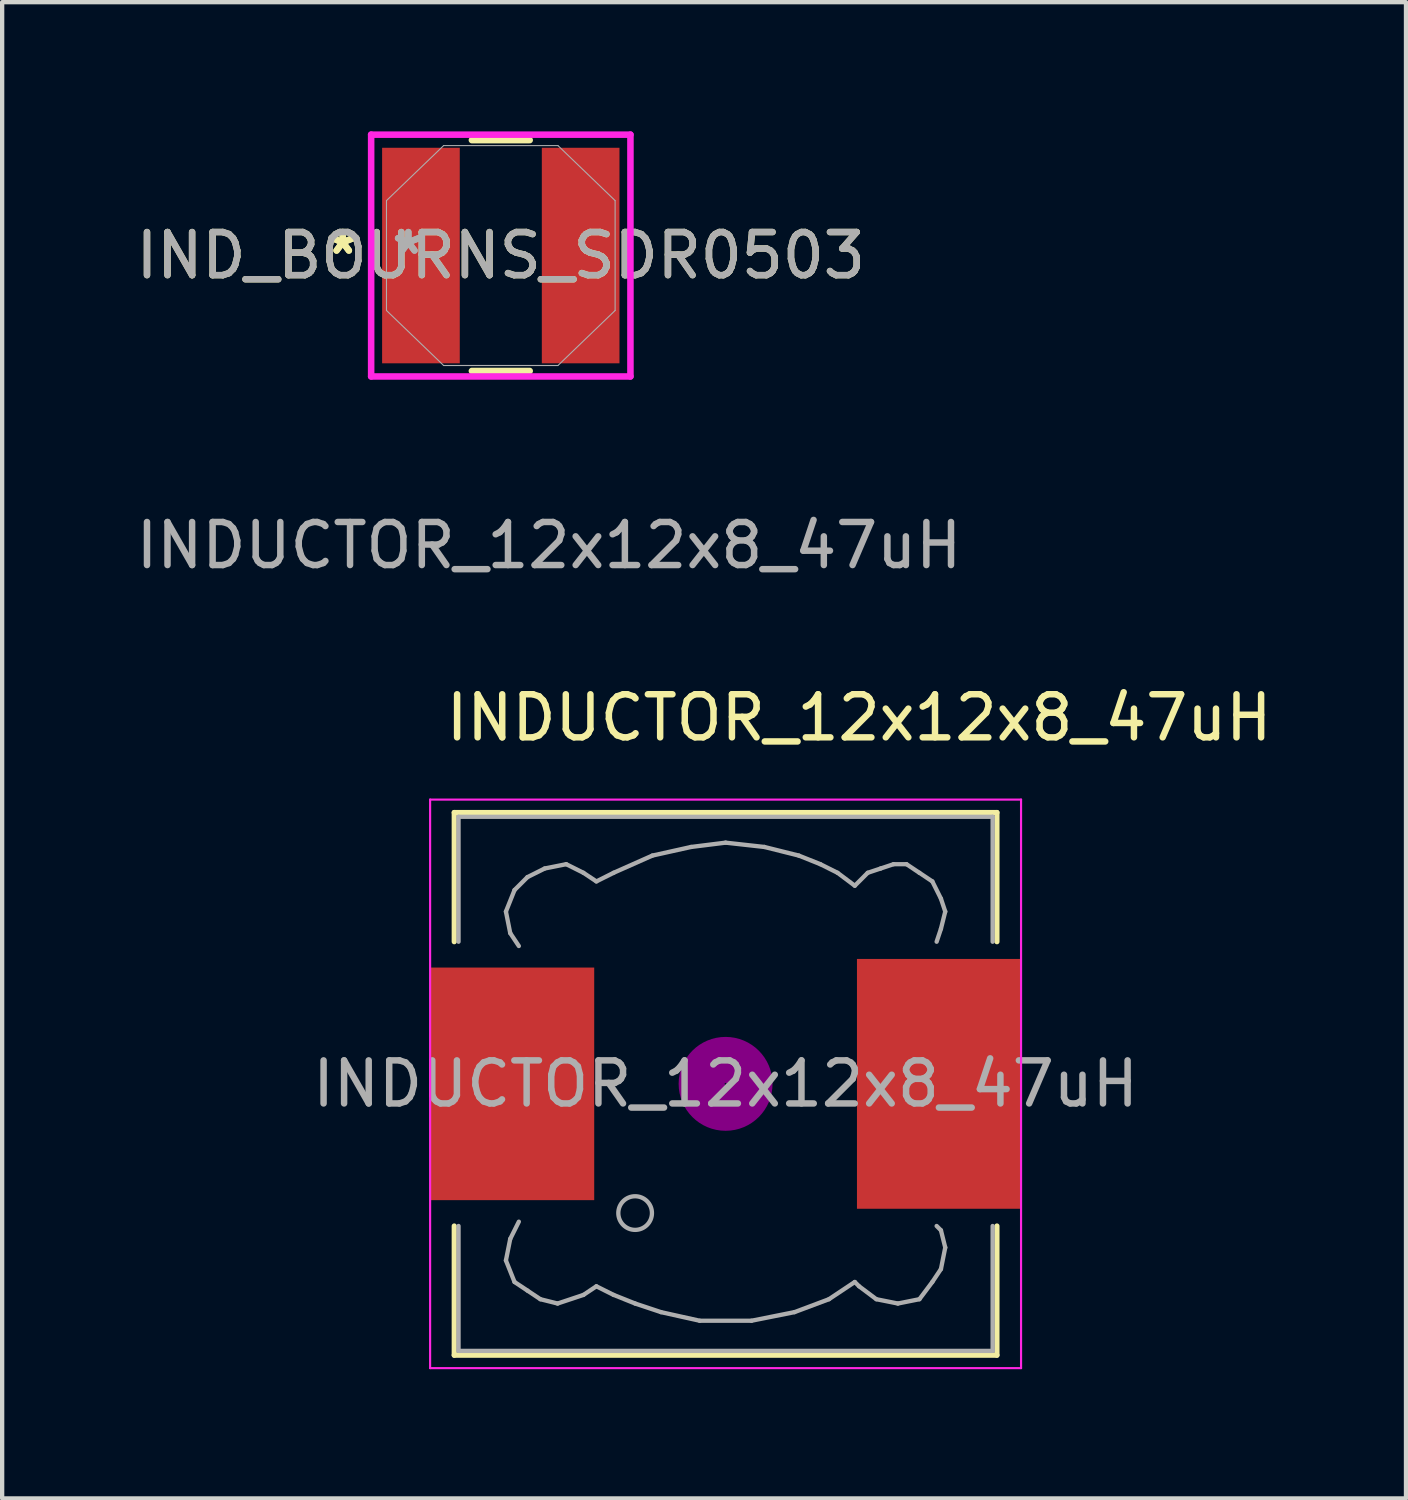
<source format=kicad_pcb>
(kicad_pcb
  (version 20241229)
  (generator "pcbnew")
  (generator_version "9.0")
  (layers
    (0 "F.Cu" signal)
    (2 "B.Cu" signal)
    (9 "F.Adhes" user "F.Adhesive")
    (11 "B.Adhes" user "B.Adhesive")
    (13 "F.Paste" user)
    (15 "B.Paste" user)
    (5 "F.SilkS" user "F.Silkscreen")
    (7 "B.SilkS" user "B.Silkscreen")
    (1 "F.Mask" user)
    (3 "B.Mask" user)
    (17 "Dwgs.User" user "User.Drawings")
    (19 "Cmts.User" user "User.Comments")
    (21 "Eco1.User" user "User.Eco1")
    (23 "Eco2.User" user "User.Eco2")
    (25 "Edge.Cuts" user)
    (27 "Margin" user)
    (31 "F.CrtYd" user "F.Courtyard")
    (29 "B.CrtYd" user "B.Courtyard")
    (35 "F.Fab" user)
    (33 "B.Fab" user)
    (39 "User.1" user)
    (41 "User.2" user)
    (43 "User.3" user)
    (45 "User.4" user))
  (footprint "INDUCTOR_12x12x8_47uH"
    (layer "F.Cu")
    (at 13.796 22.114)
    (property "Reference" "INDUCTOR_12x12x8_47uH" (at 3.1 -8.5 0) (unlocked yes) (layer "F.SilkS") (effects (font (size 1 1) (thickness 0.15))))
    (attr smd)
    (fp_line (start -6.3 -6.3) (end 6.3 -6.3) (stroke (width 0.12) (type solid)) (layer "F.SilkS"))
    (fp_line (start -6.3 -3.3) (end -6.3 -6.3) (stroke (width 0.12) (type solid)) (layer "F.SilkS"))
    (fp_line (start -6.3 6.3) (end -6.3 3.3) (stroke (width 0.12) (type solid)) (layer "F.SilkS"))
    (fp_line (start 6.3 -6.3) (end 6.3 -3.3) (stroke (width 0.12) (type solid)) (layer "F.SilkS"))
    (fp_line (start 6.3 3.3) (end 6.3 6.3) (stroke (width 0.12) (type solid)) (layer "F.SilkS"))
    (fp_line (start 6.3 6.3) (end -6.3 6.3) (stroke (width 0.12) (type solid)) (layer "F.SilkS"))
    (fp_circle (center 0 0) (end 0.15 0.15) (stroke (width 0.38) (type solid)) (fill no) (layer "F.Adhes"))
    (fp_circle (center 0 0) (end 0.55 0) (stroke (width 0.38) (type solid)) (fill no) (layer "F.Adhes"))
    (fp_circle (center 0 0) (end 0.9 0) (stroke (width 0.38) (type solid)) (fill no) (layer "F.Adhes"))
    (fp_line (start -6.86 -6.6) (end 6.86 -6.6) (stroke (width 0.05) (type solid)) (layer "F.CrtYd"))
    (fp_line (start -6.86 6.6) (end -6.86 -6.6) (stroke (width 0.05) (type solid)) (layer "F.CrtYd"))
    (fp_line (start 6.86 -6.6) (end 6.86 6.6) (stroke (width 0.05) (type solid)) (layer "F.CrtYd"))
    (fp_line (start 6.86 6.6) (end -6.86 6.6) (stroke (width 0.05) (type solid)) (layer "F.CrtYd"))
    (fp_line (start -6.2 -6.2) (end -6.2 -3.3) (stroke (width 0.1) (type solid)) (layer "F.Fab"))
    (fp_line (start -6.2 3.3) (end -6.2 6.2) (stroke (width 0.1) (type solid)) (layer "F.Fab"))
    (fp_line (start -6.2 6.2) (end 6.2 6.2) (stroke (width 0.1) (type solid)) (layer "F.Fab"))
    (fp_line (start -5.1 -4) (end -5 -3.5) (stroke (width 0.1) (type solid)) (layer "F.Fab"))
    (fp_line (start -5.1 4.1) (end -5 3.6) (stroke (width 0.1) (type solid)) (layer "F.Fab"))
    (fp_line (start -5 -3.5) (end -4.8 -3.2) (stroke (width 0.1) (type solid)) (layer "F.Fab"))
    (fp_line (start -5 3.6) (end -4.8 3.2) (stroke (width 0.1) (type solid)) (layer "F.Fab"))
    (fp_line (start -4.9 -4.5) (end -5.1 -4) (stroke (width 0.1) (type solid)) (layer "F.Fab"))
    (fp_line (start -4.9 4.6) (end -5.1 4.1) (stroke (width 0.1) (type solid)) (layer "F.Fab"))
    (fp_line (start -4.6 -4.8) (end -4.9 -4.5) (stroke (width 0.1) (type solid)) (layer "F.Fab"))
    (fp_line (start -4.6 4.8) (end -4.9 4.6) (stroke (width 0.1) (type solid)) (layer "F.Fab"))
    (fp_line (start -4.3 5) (end -4.6 4.8) (stroke (width 0.1) (type solid)) (layer "F.Fab"))
    (fp_line (start -4.2 -5) (end -4.6 -4.8) (stroke (width 0.1) (type solid)) (layer "F.Fab"))
    (fp_line (start -3.9 5.1) (end -4.3 5) (stroke (width 0.1) (type solid)) (layer "F.Fab"))
    (fp_line (start -3.7 -5.1) (end -4.2 -5) (stroke (width 0.1) (type solid)) (layer "F.Fab"))
    (fp_line (start -3.3 -4.9) (end -3.7 -5.1) (stroke (width 0.1) (type solid)) (layer "F.Fab"))
    (fp_line (start -3.3 4.9) (end -3.9 5.1) (stroke (width 0.1) (type solid)) (layer "F.Fab"))
    (fp_line (start -3 -4.7) (end -3.3 -4.9) (stroke (width 0.1) (type solid)) (layer "F.Fab"))
    (fp_line (start -3 4.7) (end -3.3 4.9) (stroke (width 0.1) (type solid)) (layer "F.Fab"))
    (fp_line (start -2.6 -4.9) (end -3 -4.7) (stroke (width 0.1) (type solid)) (layer "F.Fab"))
    (fp_line (start -2.6 4.9) (end -3 4.7) (stroke (width 0.1) (type solid)) (layer "F.Fab"))
    (fp_line (start -2.1 5.1) (end -2.6 4.9) (stroke (width 0.1) (type solid)) (layer "F.Fab"))
    (fp_line (start -1.7 -5.3) (end -2.6 -4.9) (stroke (width 0.1) (type solid)) (layer "F.Fab"))
    (fp_line (start -1.5 5.3) (end -2.1 5.1) (stroke (width 0.1) (type solid)) (layer "F.Fab"))
    (fp_line (start -0.8 -5.5) (end -1.7 -5.3) (stroke (width 0.1) (type solid)) (layer "F.Fab"))
    (fp_line (start -0.6 5.5) (end -1.5 5.3) (stroke (width 0.1) (type solid)) (layer "F.Fab"))
    (fp_line (start 0 -5.6) (end -0.8 -5.5) (stroke (width 0.1) (type solid)) (layer "F.Fab"))
    (fp_line (start 0.6 5.5) (end -0.6 5.5) (stroke (width 0.1) (type solid)) (layer "F.Fab"))
    (fp_line (start 0.9 -5.5) (end 0 -5.6) (stroke (width 0.1) (type solid)) (layer "F.Fab"))
    (fp_line (start 1.6 5.3) (end 0.6 5.5) (stroke (width 0.1) (type solid)) (layer "F.Fab"))
    (fp_line (start 1.7 -5.3) (end 0.9 -5.5) (stroke (width 0.1) (type solid)) (layer "F.Fab"))
    (fp_line (start 2.2 -5.1) (end 1.7 -5.3) (stroke (width 0.1) (type solid)) (layer "F.Fab"))
    (fp_line (start 2.4 5) (end 1.6 5.3) (stroke (width 0.1) (type solid)) (layer "F.Fab"))
    (fp_line (start 2.6 -4.9) (end 2.2 -5.1) (stroke (width 0.1) (type solid)) (layer "F.Fab"))
    (fp_line (start 3 -4.6) (end 2.6 -4.9) (stroke (width 0.1) (type solid)) (layer "F.Fab"))
    (fp_line (start 3 4.6) (end 2.4 5) (stroke (width 0.1) (type solid)) (layer "F.Fab"))
    (fp_line (start 3.1 4.7) (end 3 4.6) (stroke (width 0.1) (type solid)) (layer "F.Fab"))
    (fp_line (start 3.3 -4.9) (end 3 -4.6) (stroke (width 0.1) (type solid)) (layer "F.Fab"))
    (fp_line (start 3.5 5) (end 3.1 4.7) (stroke (width 0.1) (type solid)) (layer "F.Fab"))
    (fp_line (start 3.6 -5) (end 3.3 -4.9) (stroke (width 0.1) (type solid)) (layer "F.Fab"))
    (fp_line (start 3.9 -5.1) (end 3.6 -5) (stroke (width 0.1) (type solid)) (layer "F.Fab"))
    (fp_line (start 4 5.1) (end 3.5 5) (stroke (width 0.1) (type solid)) (layer "F.Fab"))
    (fp_line (start 4.2 -5.1) (end 3.9 -5.1) (stroke (width 0.1) (type solid)) (layer "F.Fab"))
    (fp_line (start 4.5 -4.9) (end 4.2 -5.1) (stroke (width 0.1) (type solid)) (layer "F.Fab"))
    (fp_line (start 4.5 5) (end 4 5.1) (stroke (width 0.1) (type solid)) (layer "F.Fab"))
    (fp_line (start 4.8 -4.7) (end 4.5 -4.9) (stroke (width 0.1) (type solid)) (layer "F.Fab"))
    (fp_line (start 4.8 4.6) (end 4.5 5) (stroke (width 0.1) (type solid)) (layer "F.Fab"))
    (fp_line (start 4.9 -3.3) (end 5 -3.6) (stroke (width 0.1) (type solid)) (layer "F.Fab"))
    (fp_line (start 4.9 3.3) (end 5 3.4) (stroke (width 0.1) (type solid)) (layer "F.Fab"))
    (fp_line (start 5 -4.3) (end 4.8 -4.7) (stroke (width 0.1) (type solid)) (layer "F.Fab"))
    (fp_line (start 5 -3.6) (end 5.1 -4) (stroke (width 0.1) (type solid)) (layer "F.Fab"))
    (fp_line (start 5 3.4) (end 5.1 3.8) (stroke (width 0.1) (type solid)) (layer "F.Fab"))
    (fp_line (start 5 4.3) (end 4.8 4.6) (stroke (width 0.1) (type solid)) (layer "F.Fab"))
    (fp_line (start 5.1 -4) (end 5 -4.3) (stroke (width 0.1) (type solid)) (layer "F.Fab"))
    (fp_line (start 5.1 3.8) (end 5 4.3) (stroke (width 0.1) (type solid)) (layer "F.Fab"))
    (fp_line (start 6.2 -6.2) (end -6.2 -6.2) (stroke (width 0.1) (type solid)) (layer "F.Fab"))
    (fp_line (start 6.2 -6.2) (end 6.2 -3.3) (stroke (width 0.1) (type solid)) (layer "F.Fab"))
    (fp_line (start 6.2 6.2) (end 6.2 3.3) (stroke (width 0.1) (type solid)) (layer "F.Fab"))
    (fp_circle (center -2.1 3) (end -1.8 3.25) (stroke (width 0.1) (type solid)) (fill no) (layer "F.Fab"))
    (fp_text user "${REFERENCE}" (at -4.1 -12.5 0) (unlocked yes) (layer "F.Fab") (effects (font (size 1 1) (thickness 0.15))))
    (fp_text user "${REFERENCE}" (at 0 0 0) (layer "F.Fab") (effects (font (size 1 1) (thickness 0.15))))
    (pad "1" smd rect (at -4.95 0) (size 3.8 5.4) (layers "F.Cu" "F.Mask" "F.Paste"))
    (pad "2" smd rect (at 4.95 0) (size 3.8 5.8) (layers "F.Cu" "F.Mask" "F.Paste")))
  (footprint "IND_BOURNS_SDR0503"
    (layer "F.Cu")
    (at 8.577 2.883)
    (property "Reference" "IND_BOURNS_SDR0503" (at 0 0 0) (unlocked yes) (layer "F.SilkS") (effects (font (size 1 1) (thickness 0.15))))
    (attr smd)
    (fp_line (start -0.671 2.68) (end 0.671 2.68) (stroke (width 0.152) (type solid)) (layer "F.SilkS"))
    (fp_line (start 0.671 -2.68) (end -0.671 -2.68) (stroke (width 0.152) (type solid)) (layer "F.SilkS"))
    (fp_line (start -3.01 -2.807) (end 3.01 -2.807) (stroke (width 0.152) (type solid)) (layer "F.CrtYd"))
    (fp_line (start -3.01 2.807) (end -3.01 -2.807) (stroke (width 0.152) (type solid)) (layer "F.CrtYd"))
    (fp_line (start 3.01 -2.807) (end 3.01 2.807) (stroke (width 0.152) (type solid)) (layer "F.CrtYd"))
    (fp_line (start 3.01 2.807) (end -3.01 2.807) (stroke (width 0.152) (type solid)) (layer "F.CrtYd"))
    (fp_line (start -2.654 -1.276) (end -2.654 1.276) (stroke (width 0.025) (type solid)) (layer "F.Fab"))
    (fp_line (start -2.654 1.276) (end -1.327 2.553) (stroke (width 0.025) (type solid)) (layer "F.Fab"))
    (fp_line (start -1.327 -2.553) (end -2.654 -1.276) (stroke (width 0.025) (type solid)) (layer "F.Fab"))
    (fp_line (start -1.327 2.553) (end 1.327 2.553) (stroke (width 0.025) (type solid)) (layer "F.Fab"))
    (fp_line (start 1.327 -2.553) (end -1.327 -2.553) (stroke (width 0.025) (type solid)) (layer "F.Fab"))
    (fp_line (start 1.327 2.553) (end 2.654 1.276) (stroke (width 0.025) (type solid)) (layer "F.Fab"))
    (fp_line (start 2.654 -1.276) (end 1.327 -2.553) (stroke (width 0.025) (type solid)) (layer "F.Fab"))
    (fp_line (start 2.654 1.276) (end 2.654 -1.276) (stroke (width 0.025) (type solid)) (layer "F.Fab"))
    (fp_text user "*" (at -3.67 0 0) (layer "F.SilkS") (effects (font (size 1 1) (thickness 0.15))))
    (fp_text user "*" (at -3.67 0 0) (unlocked yes) (layer "F.SilkS") (effects (font (size 1 1) (thickness 0.15))))
    (fp_text user "*" (at -2.146 0 0) (layer "F.Fab") (effects (font (size 1 1) (thickness 0.15))))
    (fp_text user "*" (at -2.146 0 0) (unlocked yes) (layer "F.Fab") (effects (font (size 1 1) (thickness 0.15))))
    (fp_text user "${REFERENCE}" (at 0 0 0) (unlocked yes) (layer "F.Fab") (effects (font (size 1 1) (thickness 0.15))))
    (pad "1" smd rect (at -1.854 0) (size 1.803 5.004) (layers "F.Cu" "F.Mask" "F.Paste"))
    (pad "2" smd rect (at 1.854 0) (size 1.803 5.004) (layers "F.Cu" "F.Mask" "F.Paste")))
  (gr_rect
    (start -3 -3)
    (end 29.593 31.739)
    (stroke (width 0.1) (type default))
    (fill no)
    (layer "Edge.Cuts")))
</source>
